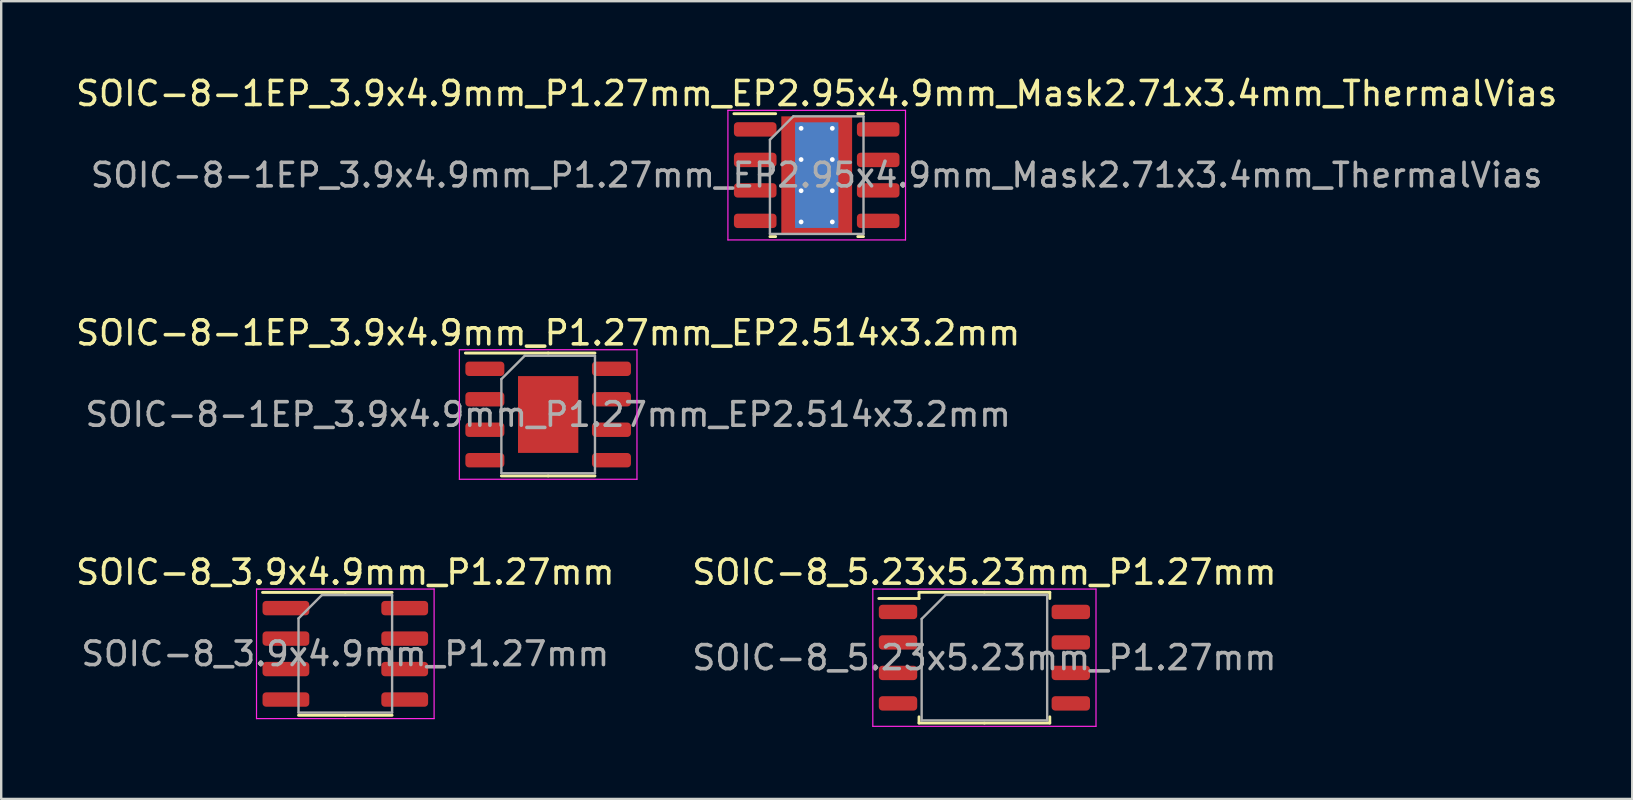
<source format=kicad_pcb>
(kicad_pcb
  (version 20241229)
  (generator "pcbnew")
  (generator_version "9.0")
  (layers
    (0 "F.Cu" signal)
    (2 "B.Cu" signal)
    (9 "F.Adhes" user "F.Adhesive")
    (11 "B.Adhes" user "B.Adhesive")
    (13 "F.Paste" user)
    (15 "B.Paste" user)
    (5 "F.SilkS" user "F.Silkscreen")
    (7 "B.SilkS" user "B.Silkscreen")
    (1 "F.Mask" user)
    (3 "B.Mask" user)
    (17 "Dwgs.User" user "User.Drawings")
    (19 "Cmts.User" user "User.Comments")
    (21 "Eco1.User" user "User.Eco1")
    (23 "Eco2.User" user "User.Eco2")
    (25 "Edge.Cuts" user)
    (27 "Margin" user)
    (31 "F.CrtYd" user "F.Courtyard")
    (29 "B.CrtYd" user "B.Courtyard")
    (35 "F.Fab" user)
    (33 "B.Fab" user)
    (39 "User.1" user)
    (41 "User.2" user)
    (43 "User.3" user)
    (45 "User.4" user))
  (footprint "SOIC-8_3.9x4.9mm_P1.27mm"
    (layer "F.Cu")
    (at 11.339 24.195)
    (property "Reference" "SOIC-8_3.9x4.9mm_P1.27mm" (at 0 -3.4 0) (layer "F.SilkS") (effects (font (size 1 1) (thickness 0.15))))
    (attr smd)
    (fp_line (start 0 -2.56) (end -3.45 -2.56) (stroke (width 0.12) (type solid)) (layer "F.SilkS"))
    (fp_line (start 0 -2.56) (end 1.95 -2.56) (stroke (width 0.12) (type solid)) (layer "F.SilkS"))
    (fp_line (start 0 2.56) (end -1.95 2.56) (stroke (width 0.12) (type solid)) (layer "F.SilkS"))
    (fp_line (start 0 2.56) (end 1.95 2.56) (stroke (width 0.12) (type solid)) (layer "F.SilkS"))
    (fp_line (start -3.7 -2.7) (end -3.7 2.7) (stroke (width 0.05) (type solid)) (layer "F.CrtYd"))
    (fp_line (start -3.7 2.7) (end 3.7 2.7) (stroke (width 0.05) (type solid)) (layer "F.CrtYd"))
    (fp_line (start 3.7 -2.7) (end -3.7 -2.7) (stroke (width 0.05) (type solid)) (layer "F.CrtYd"))
    (fp_line (start 3.7 2.7) (end 3.7 -2.7) (stroke (width 0.05) (type solid)) (layer "F.CrtYd"))
    (fp_line (start -1.95 -1.475) (end -0.975 -2.45) (stroke (width 0.1) (type solid)) (layer "F.Fab"))
    (fp_line (start -1.95 2.45) (end -1.95 -1.475) (stroke (width 0.1) (type solid)) (layer "F.Fab"))
    (fp_line (start -0.975 -2.45) (end 1.95 -2.45) (stroke (width 0.1) (type solid)) (layer "F.Fab"))
    (fp_line (start 1.95 -2.45) (end 1.95 2.45) (stroke (width 0.1) (type solid)) (layer "F.Fab"))
    (fp_line (start 1.95 2.45) (end -1.95 2.45) (stroke (width 0.1) (type solid)) (layer "F.Fab"))
    (fp_text user "${REFERENCE}" (at 0 0 0) (layer "F.Fab") (effects (font (size 0.98 0.98) (thickness 0.15))))
    (pad "1" smd roundrect (at -2.475 -1.905) (size 1.95 0.6) (layers "F.Cu" "F.Mask" "F.Paste") (roundrect_rratio 0.25))
    (pad "2" smd roundrect (at -2.475 -0.635) (size 1.95 0.6) (layers "F.Cu" "F.Mask" "F.Paste") (roundrect_rratio 0.25))
    (pad "3" smd roundrect (at -2.475 0.635) (size 1.95 0.6) (layers "F.Cu" "F.Mask" "F.Paste") (roundrect_rratio 0.25))
    (pad "4" smd roundrect (at -2.475 1.905) (size 1.95 0.6) (layers "F.Cu" "F.Mask" "F.Paste") (roundrect_rratio 0.25))
    (pad "5" smd roundrect (at 2.475 1.905) (size 1.95 0.6) (layers "F.Cu" "F.Mask" "F.Paste") (roundrect_rratio 0.25))
    (pad "6" smd roundrect (at 2.475 0.635) (size 1.95 0.6) (layers "F.Cu" "F.Mask" "F.Paste") (roundrect_rratio 0.25))
    (pad "7" smd roundrect (at 2.475 -0.635) (size 1.95 0.6) (layers "F.Cu" "F.Mask" "F.Paste") (roundrect_rratio 0.25))
    (pad "8" smd roundrect (at 2.475 -1.905) (size 1.95 0.6) (layers "F.Cu" "F.Mask" "F.Paste") (roundrect_rratio 0.25)))
  (footprint "SOIC-8-1EP_3.9x4.9mm_P1.27mm_EP2.514x3.2mm"
    (layer "F.Cu")
    (at 19.792 14.222)
    (property "Reference" "SOIC-8-1EP_3.9x4.9mm_P1.27mm_EP2.514x3.2mm" (at 0 -3.4 0) (layer "F.SilkS") (effects (font (size 1 1) (thickness 0.15))))
    (attr smd)
    (fp_line (start 0 -2.56) (end -3.45 -2.56) (stroke (width 0.12) (type solid)) (layer "F.SilkS"))
    (fp_line (start 0 -2.56) (end 1.95 -2.56) (stroke (width 0.12) (type solid)) (layer "F.SilkS"))
    (fp_line (start 0 2.56) (end -1.95 2.56) (stroke (width 0.12) (type solid)) (layer "F.SilkS"))
    (fp_line (start 0 2.56) (end 1.95 2.56) (stroke (width 0.12) (type solid)) (layer "F.SilkS"))
    (fp_line (start -3.7 -2.7) (end -3.7 2.7) (stroke (width 0.05) (type solid)) (layer "F.CrtYd"))
    (fp_line (start -3.7 2.7) (end 3.7 2.7) (stroke (width 0.05) (type solid)) (layer "F.CrtYd"))
    (fp_line (start 3.7 -2.7) (end -3.7 -2.7) (stroke (width 0.05) (type solid)) (layer "F.CrtYd"))
    (fp_line (start 3.7 2.7) (end 3.7 -2.7) (stroke (width 0.05) (type solid)) (layer "F.CrtYd"))
    (fp_line (start -1.95 -1.475) (end -0.975 -2.45) (stroke (width 0.1) (type solid)) (layer "F.Fab"))
    (fp_line (start -1.95 2.45) (end -1.95 -1.475) (stroke (width 0.1) (type solid)) (layer "F.Fab"))
    (fp_line (start -0.975 -2.45) (end 1.95 -2.45) (stroke (width 0.1) (type solid)) (layer "F.Fab"))
    (fp_line (start 1.95 -2.45) (end 1.95 2.45) (stroke (width 0.1) (type solid)) (layer "F.Fab"))
    (fp_line (start 1.95 2.45) (end -1.95 2.45) (stroke (width 0.1) (type solid)) (layer "F.Fab"))
    (fp_text user "${REFERENCE}" (at 0 0 0) (layer "F.Fab") (effects (font (size 0.98 0.98) (thickness 0.15))))
    (pad "" smd roundrect (at -0.63 -0.8) (size 1.01 1.29) (layers "F.Paste") (roundrect_rratio 0.248))
    (pad "" smd roundrect (at -0.63 0.8) (size 1.01 1.29) (layers "F.Paste") (roundrect_rratio 0.248))
    (pad "" smd roundrect (at 0.63 -0.8) (size 1.01 1.29) (layers "F.Paste") (roundrect_rratio 0.248))
    (pad "" smd roundrect (at 0.63 0.8) (size 1.01 1.29) (layers "F.Paste") (roundrect_rratio 0.248))
    (pad "1" smd roundrect (at -2.638 -1.905) (size 1.625 0.6) (layers "F.Cu" "F.Mask" "F.Paste") (roundrect_rratio 0.25))
    (pad "2" smd roundrect (at -2.638 -0.635) (size 1.625 0.6) (layers "F.Cu" "F.Mask" "F.Paste") (roundrect_rratio 0.25))
    (pad "3" smd roundrect (at -2.638 0.635) (size 1.625 0.6) (layers "F.Cu" "F.Mask" "F.Paste") (roundrect_rratio 0.25))
    (pad "4" smd roundrect (at -2.638 1.905) (size 1.625 0.6) (layers "F.Cu" "F.Mask" "F.Paste") (roundrect_rratio 0.25))
    (pad "5" smd roundrect (at 2.638 1.905) (size 1.625 0.6) (layers "F.Cu" "F.Mask" "F.Paste") (roundrect_rratio 0.25))
    (pad "6" smd roundrect (at 2.638 0.635) (size 1.625 0.6) (layers "F.Cu" "F.Mask" "F.Paste") (roundrect_rratio 0.25))
    (pad "7" smd roundrect (at 2.638 -0.635) (size 1.625 0.6) (layers "F.Cu" "F.Mask" "F.Paste") (roundrect_rratio 0.25))
    (pad "8" smd roundrect (at 2.638 -1.905) (size 1.625 0.6) (layers "F.Cu" "F.Mask" "F.Paste") (roundrect_rratio 0.25))
    (pad "9" smd rect (at 0 0) (size 2.514 3.2) (layers "F.Cu" "F.Mask")))
  (footprint "SOIC-8_5.23x5.23mm_P1.27mm"
    (layer "F.Cu")
    (at 37.97 24.355)
    (property "Reference" "SOIC-8_5.23x5.23mm_P1.27mm" (at 0 -3.56 0) (layer "F.SilkS") (effects (font (size 1 1) (thickness 0.15))))
    (attr smd)
    (fp_line (start -2.725 -2.725) (end -2.725 -2.465) (stroke (width 0.12) (type solid)) (layer "F.SilkS"))
    (fp_line (start -2.725 -2.465) (end -4.4 -2.465) (stroke (width 0.12) (type solid)) (layer "F.SilkS"))
    (fp_line (start -2.725 2.725) (end -2.725 2.465) (stroke (width 0.12) (type solid)) (layer "F.SilkS"))
    (fp_line (start 0 -2.725) (end -2.725 -2.725) (stroke (width 0.12) (type solid)) (layer "F.SilkS"))
    (fp_line (start 0 -2.725) (end 2.725 -2.725) (stroke (width 0.12) (type solid)) (layer "F.SilkS"))
    (fp_line (start 0 2.725) (end -2.725 2.725) (stroke (width 0.12) (type solid)) (layer "F.SilkS"))
    (fp_line (start 0 2.725) (end 2.725 2.725) (stroke (width 0.12) (type solid)) (layer "F.SilkS"))
    (fp_line (start 2.725 -2.725) (end 2.725 -2.465) (stroke (width 0.12) (type solid)) (layer "F.SilkS"))
    (fp_line (start 2.725 2.725) (end 2.725 2.465) (stroke (width 0.12) (type solid)) (layer "F.SilkS"))
    (fp_line (start -4.65 -2.86) (end -4.65 2.86) (stroke (width 0.05) (type solid)) (layer "F.CrtYd"))
    (fp_line (start -4.65 2.86) (end 4.65 2.86) (stroke (width 0.05) (type solid)) (layer "F.CrtYd"))
    (fp_line (start 4.65 -2.86) (end -4.65 -2.86) (stroke (width 0.05) (type solid)) (layer "F.CrtYd"))
    (fp_line (start 4.65 2.86) (end 4.65 -2.86) (stroke (width 0.05) (type solid)) (layer "F.CrtYd"))
    (fp_line (start -2.615 -1.615) (end -1.615 -2.615) (stroke (width 0.1) (type solid)) (layer "F.Fab"))
    (fp_line (start -2.615 2.615) (end -2.615 -1.615) (stroke (width 0.1) (type solid)) (layer "F.Fab"))
    (fp_line (start -1.615 -2.615) (end 2.615 -2.615) (stroke (width 0.1) (type solid)) (layer "F.Fab"))
    (fp_line (start 2.615 -2.615) (end 2.615 2.615) (stroke (width 0.1) (type solid)) (layer "F.Fab"))
    (fp_line (start 2.615 2.615) (end -2.615 2.615) (stroke (width 0.1) (type solid)) (layer "F.Fab"))
    (fp_text user "${REFERENCE}" (at 0 0 0) (layer "F.Fab") (effects (font (size 1 1) (thickness 0.15))))
    (pad "1" smd roundrect (at -3.6 -1.905) (size 1.6 0.6) (layers "F.Cu" "F.Mask" "F.Paste") (roundrect_rratio 0.25))
    (pad "2" smd roundrect (at -3.6 -0.635) (size 1.6 0.6) (layers "F.Cu" "F.Mask" "F.Paste") (roundrect_rratio 0.25))
    (pad "3" smd roundrect (at -3.6 0.635) (size 1.6 0.6) (layers "F.Cu" "F.Mask" "F.Paste") (roundrect_rratio 0.25))
    (pad "4" smd roundrect (at -3.6 1.905) (size 1.6 0.6) (layers "F.Cu" "F.Mask" "F.Paste") (roundrect_rratio 0.25))
    (pad "5" smd roundrect (at 3.6 1.905) (size 1.6 0.6) (layers "F.Cu" "F.Mask" "F.Paste") (roundrect_rratio 0.25))
    (pad "6" smd roundrect (at 3.6 0.635) (size 1.6 0.6) (layers "F.Cu" "F.Mask" "F.Paste") (roundrect_rratio 0.25))
    (pad "7" smd roundrect (at 3.6 -0.635) (size 1.6 0.6) (layers "F.Cu" "F.Mask" "F.Paste") (roundrect_rratio 0.25))
    (pad "8" smd roundrect (at 3.6 -1.905) (size 1.6 0.6) (layers "F.Cu" "F.Mask" "F.Paste") (roundrect_rratio 0.25)))
  (footprint "SOIC-8-1EP_3.9x4.9mm_P1.27mm_EP2.95x4.9mm_Mask2.71x3.4mm_ThermalVias"
    (layer "F.Cu")
    (at 30.982 4.248)
    (property "Reference" "SOIC-8-1EP_3.9x4.9mm_P1.27mm_EP2.95x4.9mm_Mask2.71x3.4mm_ThermalVias" (at 0 -3.4 0) (layer "F.SilkS") (effects (font (size 1 1) (thickness 0.15))))
    (attr smd)
    (fp_line (start -1.711 -2.56) (end -3.45 -2.56) (stroke (width 0.12) (type solid)) (layer "F.SilkS"))
    (fp_line (start -1.711 2.56) (end -1.95 2.56) (stroke (width 0.12) (type solid)) (layer "F.SilkS"))
    (fp_line (start 1.711 -2.56) (end 1.95 -2.56) (stroke (width 0.12) (type solid)) (layer "F.SilkS"))
    (fp_line (start 1.711 2.56) (end 1.95 2.56) (stroke (width 0.12) (type solid)) (layer "F.SilkS"))
    (fp_line (start -3.7 -2.7) (end -3.7 2.7) (stroke (width 0.05) (type solid)) (layer "F.CrtYd"))
    (fp_line (start -3.7 2.7) (end 3.7 2.7) (stroke (width 0.05) (type solid)) (layer "F.CrtYd"))
    (fp_line (start 3.7 -2.7) (end -3.7 -2.7) (stroke (width 0.05) (type solid)) (layer "F.CrtYd"))
    (fp_line (start 3.7 2.7) (end 3.7 -2.7) (stroke (width 0.05) (type solid)) (layer "F.CrtYd"))
    (fp_line (start -1.95 -1.475) (end -0.975 -2.45) (stroke (width 0.1) (type solid)) (layer "F.Fab"))
    (fp_line (start -1.95 2.45) (end -1.95 -1.475) (stroke (width 0.1) (type solid)) (layer "F.Fab"))
    (fp_line (start -0.975 -2.45) (end 1.95 -2.45) (stroke (width 0.1) (type solid)) (layer "F.Fab"))
    (fp_line (start 1.95 -2.45) (end 1.95 2.45) (stroke (width 0.1) (type solid)) (layer "F.Fab"))
    (fp_line (start 1.95 2.45) (end -1.95 2.45) (stroke (width 0.1) (type solid)) (layer "F.Fab"))
    (fp_text user "${REFERENCE}" (at 0 0 0) (layer "F.Fab") (effects (font (size 0.98 0.98) (thickness 0.15))))
    (pad "" smd roundrect (at -0.68 -0.85) (size 1.13 1.42) (layers "F.Paste") (roundrect_rratio 0.221))
    (pad "" smd roundrect (at -0.68 0.85) (size 1.13 1.42) (layers "F.Paste") (roundrect_rratio 0.221))
    (pad "" smd rect (at 0 0) (size 2.71 3.4) (layers "F.Mask"))
    (pad "" smd roundrect (at 0.68 -0.85) (size 1.13 1.42) (layers "F.Paste") (roundrect_rratio 0.221))
    (pad "" smd roundrect (at 0.68 0.85) (size 1.13 1.42) (layers "F.Paste") (roundrect_rratio 0.221))
    (pad "1" smd roundrect (at -2.562 -1.905) (size 1.775 0.6) (layers "F.Cu" "F.Mask" "F.Paste") (roundrect_rratio 0.25))
    (pad "2" smd roundrect (at -2.562 -0.635) (size 1.775 0.6) (layers "F.Cu" "F.Mask" "F.Paste") (roundrect_rratio 0.25))
    (pad "3" smd roundrect (at -2.562 0.635) (size 1.775 0.6) (layers "F.Cu" "F.Mask" "F.Paste") (roundrect_rratio 0.25))
    (pad "4" smd roundrect (at -2.562 1.905) (size 1.775 0.6) (layers "F.Cu" "F.Mask" "F.Paste") (roundrect_rratio 0.25))
    (pad "5" smd roundrect (at 2.562 1.905) (size 1.775 0.6) (layers "F.Cu" "F.Mask" "F.Paste") (roundrect_rratio 0.25))
    (pad "6" smd roundrect (at 2.562 0.635) (size 1.775 0.6) (layers "F.Cu" "F.Mask" "F.Paste") (roundrect_rratio 0.25))
    (pad "7" smd roundrect (at 2.562 -0.635) (size 1.775 0.6) (layers "F.Cu" "F.Mask" "F.Paste") (roundrect_rratio 0.25))
    (pad "8" smd roundrect (at 2.562 -1.905) (size 1.775 0.6) (layers "F.Cu" "F.Mask" "F.Paste") (roundrect_rratio 0.25))
    (pad "9" thru_hole circle (at -0.65 -1.95) (size 0.5 0.5) (drill 0.2) (layers "*.Cu"))
    (pad "9" thru_hole circle (at -0.65 -0.65) (size 0.5 0.5) (drill 0.2) (layers "*.Cu"))
    (pad "9" thru_hole circle (at -0.65 0.65) (size 0.5 0.5) (drill 0.2) (layers "*.Cu"))
    (pad "9" thru_hole circle (at -0.65 1.95) (size 0.5 0.5) (drill 0.2) (layers "*.Cu"))
    (pad "9" smd rect (at 0 0) (size 1.8 4.4) (layers "B.Cu"))
    (pad "9" smd rect (at 0 0) (size 2.95 4.9) (layers "F.Cu"))
    (pad "9" thru_hole circle (at 0.65 -1.95) (size 0.5 0.5) (drill 0.2) (layers "*.Cu"))
    (pad "9" thru_hole circle (at 0.65 -0.65) (size 0.5 0.5) (drill 0.2) (layers "*.Cu"))
    (pad "9" thru_hole circle (at 0.65 0.65) (size 0.5 0.5) (drill 0.2) (layers "*.Cu"))
    (pad "9" thru_hole circle (at 0.65 1.95) (size 0.5 0.5) (drill 0.2) (layers "*.Cu")))
  (gr_rect
    (start -3 -3)
    (end 64.964 30.24)
    (stroke (width 0.1) (type default))
    (fill no)
    (layer "Edge.Cuts")))
</source>
